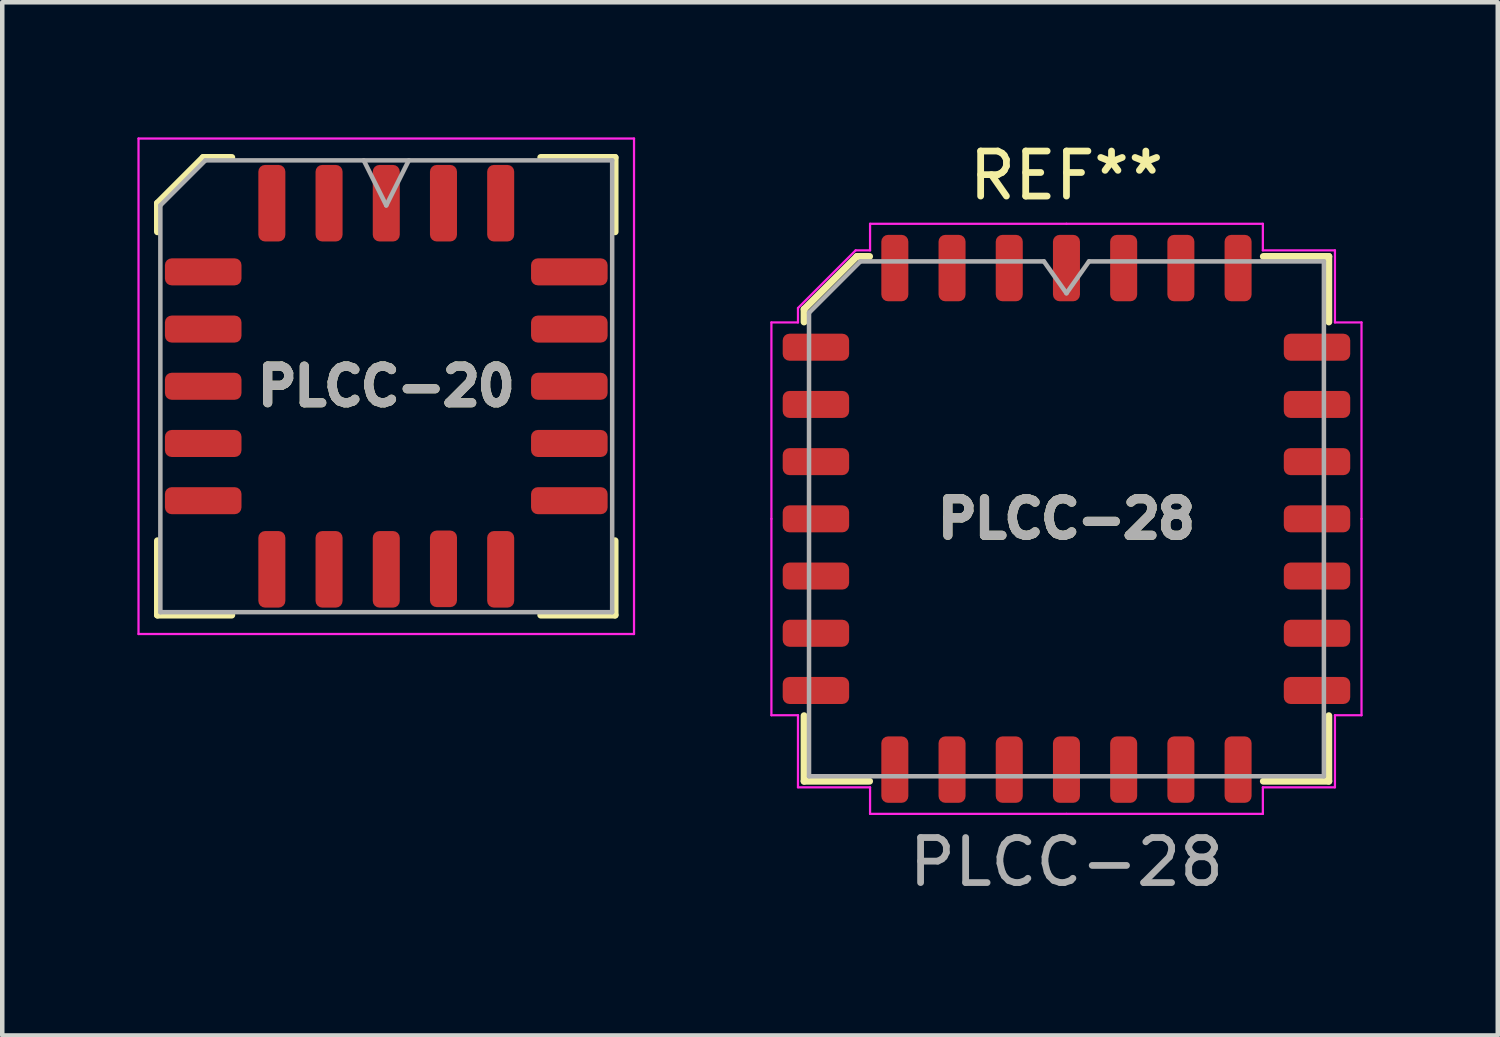
<source format=kicad_pcb>
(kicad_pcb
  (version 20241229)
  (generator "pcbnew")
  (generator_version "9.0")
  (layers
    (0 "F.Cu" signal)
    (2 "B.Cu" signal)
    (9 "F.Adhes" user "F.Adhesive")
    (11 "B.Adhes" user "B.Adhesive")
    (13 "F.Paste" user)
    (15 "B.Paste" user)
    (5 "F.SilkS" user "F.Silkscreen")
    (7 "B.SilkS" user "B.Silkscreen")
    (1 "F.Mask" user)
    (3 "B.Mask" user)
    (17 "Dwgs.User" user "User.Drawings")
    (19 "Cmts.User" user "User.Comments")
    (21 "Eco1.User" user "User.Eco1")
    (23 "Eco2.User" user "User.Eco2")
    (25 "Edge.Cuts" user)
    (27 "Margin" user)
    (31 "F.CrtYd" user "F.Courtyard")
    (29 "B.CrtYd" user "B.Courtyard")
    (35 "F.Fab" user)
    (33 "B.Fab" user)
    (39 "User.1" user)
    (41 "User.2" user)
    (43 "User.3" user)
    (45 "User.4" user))
  (footprint "PLCC-20"
    (layer "F.Cu")
    (at 5.525 5.525)
    (property "Reference" "PLCC-20" (at 0 0 0) (layer "F.Fab") (effects (font (size 0.813 0.813) (thickness 0.203))))
    (attr smd)
    (fp_line (start -5.08 -4.064) (end -5.08 -3.429) (stroke (width 0.152) (type solid)) (layer "F.SilkS"))
    (fp_line (start -5.08 5.08) (end -5.08 3.429) (stroke (width 0.152) (type solid)) (layer "F.SilkS"))
    (fp_line (start -4.064 -5.08) (end -5.08 -4.064) (stroke (width 0.152) (type solid)) (layer "F.SilkS"))
    (fp_line (start -3.429 -5.08) (end -4.064 -5.08) (stroke (width 0.152) (type solid)) (layer "F.SilkS"))
    (fp_line (start -3.429 5.08) (end -5.08 5.08) (stroke (width 0.152) (type solid)) (layer "F.SilkS"))
    (fp_line (start 3.429 -5.08) (end 5.08 -5.08) (stroke (width 0.152) (type solid)) (layer "F.SilkS"))
    (fp_line (start 3.429 5.08) (end 5.08 5.08) (stroke (width 0.152) (type solid)) (layer "F.SilkS"))
    (fp_line (start 5.08 -5.08) (end 5.08 -3.429) (stroke (width 0.152) (type solid)) (layer "F.SilkS"))
    (fp_line (start 5.08 5.08) (end 5.08 3.429) (stroke (width 0.152) (type solid)) (layer "F.SilkS"))
    (fp_line (start -5.5 -5.5) (end -5.5 5.5) (stroke (width 0.05) (type solid)) (layer "F.CrtYd"))
    (fp_line (start -5.5 5.5) (end 5.5 5.5) (stroke (width 0.05) (type solid)) (layer "F.CrtYd"))
    (fp_line (start 5.5 -5.5) (end -5.5 -5.5) (stroke (width 0.05) (type solid)) (layer "F.CrtYd"))
    (fp_line (start 5.5 5.5) (end 5.5 -5.5) (stroke (width 0.05) (type solid)) (layer "F.CrtYd"))
    (fp_line (start -5.015 -4.015) (end -5.015 5.015) (stroke (width 0.1) (type solid)) (layer "F.Fab"))
    (fp_line (start -5.015 5.015) (end 5.015 5.015) (stroke (width 0.1) (type solid)) (layer "F.Fab"))
    (fp_line (start -4.015 -5.015) (end -5.015 -4.015) (stroke (width 0.1) (type solid)) (layer "F.Fab"))
    (fp_line (start -0.5 -5.015) (end 0 -4.015) (stroke (width 0.1) (type solid)) (layer "F.Fab"))
    (fp_line (start 0 -4.015) (end 0.5 -5.015) (stroke (width 0.1) (type solid)) (layer "F.Fab"))
    (fp_line (start 5.015 -5.015) (end -4.015 -5.015) (stroke (width 0.1) (type solid)) (layer "F.Fab"))
    (fp_line (start 5.015 5.015) (end 5.015 -5.015) (stroke (width 0.1) (type solid)) (layer "F.Fab"))
    (fp_text user "${REFERENCE}" (at 0 0 0) (layer "F.SilkS") (effects (font (size 0.813 0.813) (thickness 0.203))))
    (pad "1" smd roundrect (at 0 -4.064) (size 0.6 1.7) (layers "F.Cu" "F.Mask" "F.Paste") (roundrect_rratio 0.25))
    (pad "2" smd roundrect (at -1.27 -4.064) (size 0.6 1.7) (layers "F.Cu" "F.Mask" "F.Paste") (roundrect_rratio 0.25))
    (pad "3" smd roundrect (at -2.54 -4.064) (size 0.6 1.7) (layers "F.Cu" "F.Mask" "F.Paste") (roundrect_rratio 0.25))
    (pad "4" smd roundrect (at -4.064 -2.54) (size 1.7 0.6) (layers "F.Cu" "F.Mask" "F.Paste") (roundrect_rratio 0.25))
    (pad "5" smd roundrect (at -4.064 -1.27) (size 1.7 0.6) (layers "F.Cu" "F.Mask" "F.Paste") (roundrect_rratio 0.25))
    (pad "6" smd roundrect (at -4.064 0) (size 1.7 0.6) (layers "F.Cu" "F.Mask" "F.Paste") (roundrect_rratio 0.25))
    (pad "7" smd roundrect (at -4.064 1.27) (size 1.7 0.6) (layers "F.Cu" "F.Mask" "F.Paste") (roundrect_rratio 0.25))
    (pad "8" smd roundrect (at -4.064 2.54) (size 1.7 0.6) (layers "F.Cu" "F.Mask" "F.Paste") (roundrect_rratio 0.25))
    (pad "9" smd roundrect (at -2.54 4.064) (size 0.6 1.7) (layers "F.Cu" "F.Mask" "F.Paste") (roundrect_rratio 0.25))
    (pad "10" smd roundrect (at -1.27 4.064) (size 0.6 1.7) (layers "F.Cu" "F.Mask" "F.Paste") (roundrect_rratio 0.25))
    (pad "11" smd roundrect (at 0 4.064) (size 0.6 1.7) (layers "F.Cu" "F.Mask" "F.Paste") (roundrect_rratio 0.25))
    (pad "12" smd roundrect (at 1.27 4.053) (size 0.6 1.7) (layers "F.Cu" "F.Mask" "F.Paste") (roundrect_rratio 0.25))
    (pad "13" smd roundrect (at 2.54 4.064) (size 0.6 1.7) (layers "F.Cu" "F.Mask" "F.Paste") (roundrect_rratio 0.25))
    (pad "14" smd roundrect (at 4.064 2.54) (size 1.7 0.6) (layers "F.Cu" "F.Mask" "F.Paste") (roundrect_rratio 0.25))
    (pad "15" smd roundrect (at 4.064 1.27) (size 1.7 0.6) (layers "F.Cu" "F.Mask" "F.Paste") (roundrect_rratio 0.25))
    (pad "16" smd roundrect (at 4.064 0) (size 1.7 0.6) (layers "F.Cu" "F.Mask" "F.Paste") (roundrect_rratio 0.25))
    (pad "17" smd roundrect (at 4.064 -1.27) (size 1.7 0.6) (layers "F.Cu" "F.Mask" "F.Paste") (roundrect_rratio 0.25))
    (pad "18" smd roundrect (at 4.064 -2.54) (size 1.7 0.6) (layers "F.Cu" "F.Mask" "F.Paste") (roundrect_rratio 0.25))
    (pad "19" smd roundrect (at 2.54 -4.064) (size 0.6 1.7) (layers "F.Cu" "F.Mask" "F.Paste") (roundrect_rratio 0.25))
    (pad "20" smd roundrect (at 1.27 -4.064) (size 0.6 1.7) (layers "F.Cu" "F.Mask" "F.Paste") (roundrect_rratio 0.25)))
  (footprint "PLCC-28"
    (layer "F.Cu")
    (at 20.625 8.468)
    (property "Reference" "PLCC-28" (at 0 0 0) (layer "F.SilkS") (effects (font (size 0.813 0.813) (thickness 0.203))))
    (attr smd)
    (fp_line (start -5.825 -4.653) (end -5.825 -4.37) (stroke (width 0.152) (type solid)) (layer "F.SilkS"))
    (fp_line (start -5.825 5.825) (end -5.825 4.37) (stroke (width 0.152) (type solid)) (layer "F.SilkS"))
    (fp_line (start -4.653 -5.825) (end -5.825 -4.653) (stroke (width 0.152) (type solid)) (layer "F.SilkS"))
    (fp_line (start -4.37 -5.825) (end -4.653 -5.825) (stroke (width 0.152) (type solid)) (layer "F.SilkS"))
    (fp_line (start -4.37 5.825) (end -5.825 5.825) (stroke (width 0.152) (type solid)) (layer "F.SilkS"))
    (fp_line (start 4.37 -5.825) (end 5.825 -5.825) (stroke (width 0.152) (type solid)) (layer "F.SilkS"))
    (fp_line (start 4.37 5.825) (end 5.825 5.825) (stroke (width 0.152) (type solid)) (layer "F.SilkS"))
    (fp_line (start 5.825 -5.825) (end 5.825 -4.37) (stroke (width 0.152) (type solid)) (layer "F.SilkS"))
    (fp_line (start 5.825 5.825) (end 5.825 4.37) (stroke (width 0.152) (type solid)) (layer "F.SilkS"))
    (fp_line (start -6.55 -4.36) (end -6.55 0) (stroke (width 0.05) (type solid)) (layer "F.CrtYd"))
    (fp_line (start -6.55 4.36) (end -6.55 0) (stroke (width 0.05) (type solid)) (layer "F.CrtYd"))
    (fp_line (start -5.96 -4.68) (end -5.96 -4.36) (stroke (width 0.05) (type solid)) (layer "F.CrtYd"))
    (fp_line (start -5.96 -4.36) (end -6.55 -4.36) (stroke (width 0.05) (type solid)) (layer "F.CrtYd"))
    (fp_line (start -5.96 4.36) (end -6.55 4.36) (stroke (width 0.05) (type solid)) (layer "F.CrtYd"))
    (fp_line (start -5.96 5.96) (end -5.96 4.36) (stroke (width 0.05) (type solid)) (layer "F.CrtYd"))
    (fp_line (start -4.68 -5.96) (end -5.96 -4.68) (stroke (width 0.05) (type solid)) (layer "F.CrtYd"))
    (fp_line (start -4.36 -6.55) (end -4.36 -5.96) (stroke (width 0.05) (type solid)) (layer "F.CrtYd"))
    (fp_line (start -4.36 -5.96) (end -4.68 -5.96) (stroke (width 0.05) (type solid)) (layer "F.CrtYd"))
    (fp_line (start -4.36 5.96) (end -5.96 5.96) (stroke (width 0.05) (type solid)) (layer "F.CrtYd"))
    (fp_line (start -4.36 6.55) (end -4.36 5.96) (stroke (width 0.05) (type solid)) (layer "F.CrtYd"))
    (fp_line (start 0 -6.55) (end -4.36 -6.55) (stroke (width 0.05) (type solid)) (layer "F.CrtYd"))
    (fp_line (start 0 -6.55) (end 4.36 -6.55) (stroke (width 0.05) (type solid)) (layer "F.CrtYd"))
    (fp_line (start 0 6.55) (end -4.36 6.55) (stroke (width 0.05) (type solid)) (layer "F.CrtYd"))
    (fp_line (start 0 6.55) (end 4.36 6.55) (stroke (width 0.05) (type solid)) (layer "F.CrtYd"))
    (fp_line (start 4.36 -6.55) (end 4.36 -5.96) (stroke (width 0.05) (type solid)) (layer "F.CrtYd"))
    (fp_line (start 4.36 -5.96) (end 5.96 -5.96) (stroke (width 0.05) (type solid)) (layer "F.CrtYd"))
    (fp_line (start 4.36 5.96) (end 5.96 5.96) (stroke (width 0.05) (type solid)) (layer "F.CrtYd"))
    (fp_line (start 4.36 6.55) (end 4.36 5.96) (stroke (width 0.05) (type solid)) (layer "F.CrtYd"))
    (fp_line (start 5.96 -5.96) (end 5.96 -4.36) (stroke (width 0.05) (type solid)) (layer "F.CrtYd"))
    (fp_line (start 5.96 -4.36) (end 6.55 -4.36) (stroke (width 0.05) (type solid)) (layer "F.CrtYd"))
    (fp_line (start 5.96 4.36) (end 6.55 4.36) (stroke (width 0.05) (type solid)) (layer "F.CrtYd"))
    (fp_line (start 5.96 5.96) (end 5.96 4.36) (stroke (width 0.05) (type solid)) (layer "F.CrtYd"))
    (fp_line (start 6.55 -4.36) (end 6.55 0) (stroke (width 0.05) (type solid)) (layer "F.CrtYd"))
    (fp_line (start 6.55 4.36) (end 6.55 0) (stroke (width 0.05) (type solid)) (layer "F.CrtYd"))
    (fp_line (start -5.715 -4.575) (end -4.575 -5.715) (stroke (width 0.1) (type solid)) (layer "F.Fab"))
    (fp_line (start -5.715 5.715) (end -5.715 -4.575) (stroke (width 0.1) (type solid)) (layer "F.Fab"))
    (fp_line (start -4.575 -5.715) (end -0.5 -5.715) (stroke (width 0.1) (type solid)) (layer "F.Fab"))
    (fp_line (start -0.5 -5.715) (end 0 -5.008) (stroke (width 0.1) (type solid)) (layer "F.Fab"))
    (fp_line (start 0 -5.008) (end 0.5 -5.715) (stroke (width 0.1) (type solid)) (layer "F.Fab"))
    (fp_line (start 0.5 -5.715) (end 5.715 -5.715) (stroke (width 0.1) (type solid)) (layer "F.Fab"))
    (fp_line (start 5.715 -5.715) (end 5.715 5.715) (stroke (width 0.1) (type solid)) (layer "F.Fab"))
    (fp_line (start 5.715 5.715) (end -5.715 5.715) (stroke (width 0.1) (type solid)) (layer "F.Fab"))
    (fp_text user "REF**" (at 0 -7.62 0) (layer "F.SilkS") (effects (font (size 1 1) (thickness 0.15))))
    (fp_text user "PLCC-28" (at 0 7.62 0) (layer "F.Fab") (effects (font (size 1 1) (thickness 0.15))))
    (fp_text user "${REFERENCE}" (at 0 0 0) (layer "F.Fab") (effects (font (size 0.813 0.813) (thickness 0.203))))
    (pad "1" smd roundrect (at 0 -5.567) (size 0.6 1.475) (layers "F.Cu" "F.Mask" "F.Paste") (roundrect_rratio 0.25))
    (pad "2" smd roundrect (at -1.27 -5.567) (size 0.6 1.475) (layers "F.Cu" "F.Mask" "F.Paste") (roundrect_rratio 0.25))
    (pad "3" smd roundrect (at -2.54 -5.567) (size 0.6 1.475) (layers "F.Cu" "F.Mask" "F.Paste") (roundrect_rratio 0.25))
    (pad "4" smd roundrect (at -3.81 -5.567) (size 0.6 1.475) (layers "F.Cu" "F.Mask" "F.Paste") (roundrect_rratio 0.25))
    (pad "5" smd roundrect (at -5.562 -3.81) (size 1.475 0.6) (layers "F.Cu" "F.Mask" "F.Paste") (roundrect_rratio 0.25))
    (pad "6" smd roundrect (at -5.562 -2.54) (size 1.475 0.6) (layers "F.Cu" "F.Mask" "F.Paste") (roundrect_rratio 0.25))
    (pad "7" smd roundrect (at -5.562 -1.27) (size 1.475 0.6) (layers "F.Cu" "F.Mask" "F.Paste") (roundrect_rratio 0.25))
    (pad "8" smd roundrect (at -5.562 0) (size 1.475 0.6) (layers "F.Cu" "F.Mask" "F.Paste") (roundrect_rratio 0.25))
    (pad "9" smd roundrect (at -5.562 1.27) (size 1.475 0.6) (layers "F.Cu" "F.Mask" "F.Paste") (roundrect_rratio 0.25))
    (pad "10" smd roundrect (at -5.562 2.54) (size 1.475 0.6) (layers "F.Cu" "F.Mask" "F.Paste") (roundrect_rratio 0.25))
    (pad "11" smd roundrect (at -5.562 3.81) (size 1.475 0.6) (layers "F.Cu" "F.Mask" "F.Paste") (roundrect_rratio 0.25))
    (pad "12" smd roundrect (at -3.81 5.567) (size 0.6 1.475) (layers "F.Cu" "F.Mask" "F.Paste") (roundrect_rratio 0.25))
    (pad "13" smd roundrect (at -2.54 5.567) (size 0.6 1.475) (layers "F.Cu" "F.Mask" "F.Paste") (roundrect_rratio 0.25))
    (pad "14" smd roundrect (at -1.27 5.567) (size 0.6 1.475) (layers "F.Cu" "F.Mask" "F.Paste") (roundrect_rratio 0.25))
    (pad "15" smd roundrect (at 0 5.567) (size 0.6 1.475) (layers "F.Cu" "F.Mask" "F.Paste") (roundrect_rratio 0.25))
    (pad "16" smd roundrect (at 1.27 5.567) (size 0.6 1.475) (layers "F.Cu" "F.Mask" "F.Paste") (roundrect_rratio 0.25))
    (pad "17" smd roundrect (at 2.54 5.567) (size 0.6 1.475) (layers "F.Cu" "F.Mask" "F.Paste") (roundrect_rratio 0.25))
    (pad "18" smd roundrect (at 3.81 5.567) (size 0.6 1.475) (layers "F.Cu" "F.Mask" "F.Paste") (roundrect_rratio 0.25))
    (pad "19" smd roundrect (at 5.562 3.81) (size 1.475 0.6) (layers "F.Cu" "F.Mask" "F.Paste") (roundrect_rratio 0.25))
    (pad "20" smd roundrect (at 5.562 2.54) (size 1.475 0.6) (layers "F.Cu" "F.Mask" "F.Paste") (roundrect_rratio 0.25))
    (pad "21" smd roundrect (at 5.562 1.27) (size 1.475 0.6) (layers "F.Cu" "F.Mask" "F.Paste") (roundrect_rratio 0.25))
    (pad "22" smd roundrect (at 5.562 0) (size 1.475 0.6) (layers "F.Cu" "F.Mask" "F.Paste") (roundrect_rratio 0.25))
    (pad "23" smd roundrect (at 5.562 -1.27) (size 1.475 0.6) (layers "F.Cu" "F.Mask" "F.Paste") (roundrect_rratio 0.25))
    (pad "24" smd roundrect (at 5.562 -2.54) (size 1.475 0.6) (layers "F.Cu" "F.Mask" "F.Paste") (roundrect_rratio 0.25))
    (pad "25" smd roundrect (at 5.562 -3.81) (size 1.475 0.6) (layers "F.Cu" "F.Mask" "F.Paste") (roundrect_rratio 0.25))
    (pad "26" smd roundrect (at 3.81 -5.567) (size 0.6 1.475) (layers "F.Cu" "F.Mask" "F.Paste") (roundrect_rratio 0.25))
    (pad "27" smd roundrect (at 2.54 -5.567) (size 0.6 1.475) (layers "F.Cu" "F.Mask" "F.Paste") (roundrect_rratio 0.25))
    (pad "28" smd roundrect (at 1.27 -5.567) (size 0.6 1.475) (layers "F.Cu" "F.Mask" "F.Paste") (roundrect_rratio 0.25)))
  (gr_rect
    (start -3 -3)
    (end 30.2 19.936)
    (stroke (width 0.1) (type default))
    (fill no)
    (layer "Edge.Cuts")))
</source>
